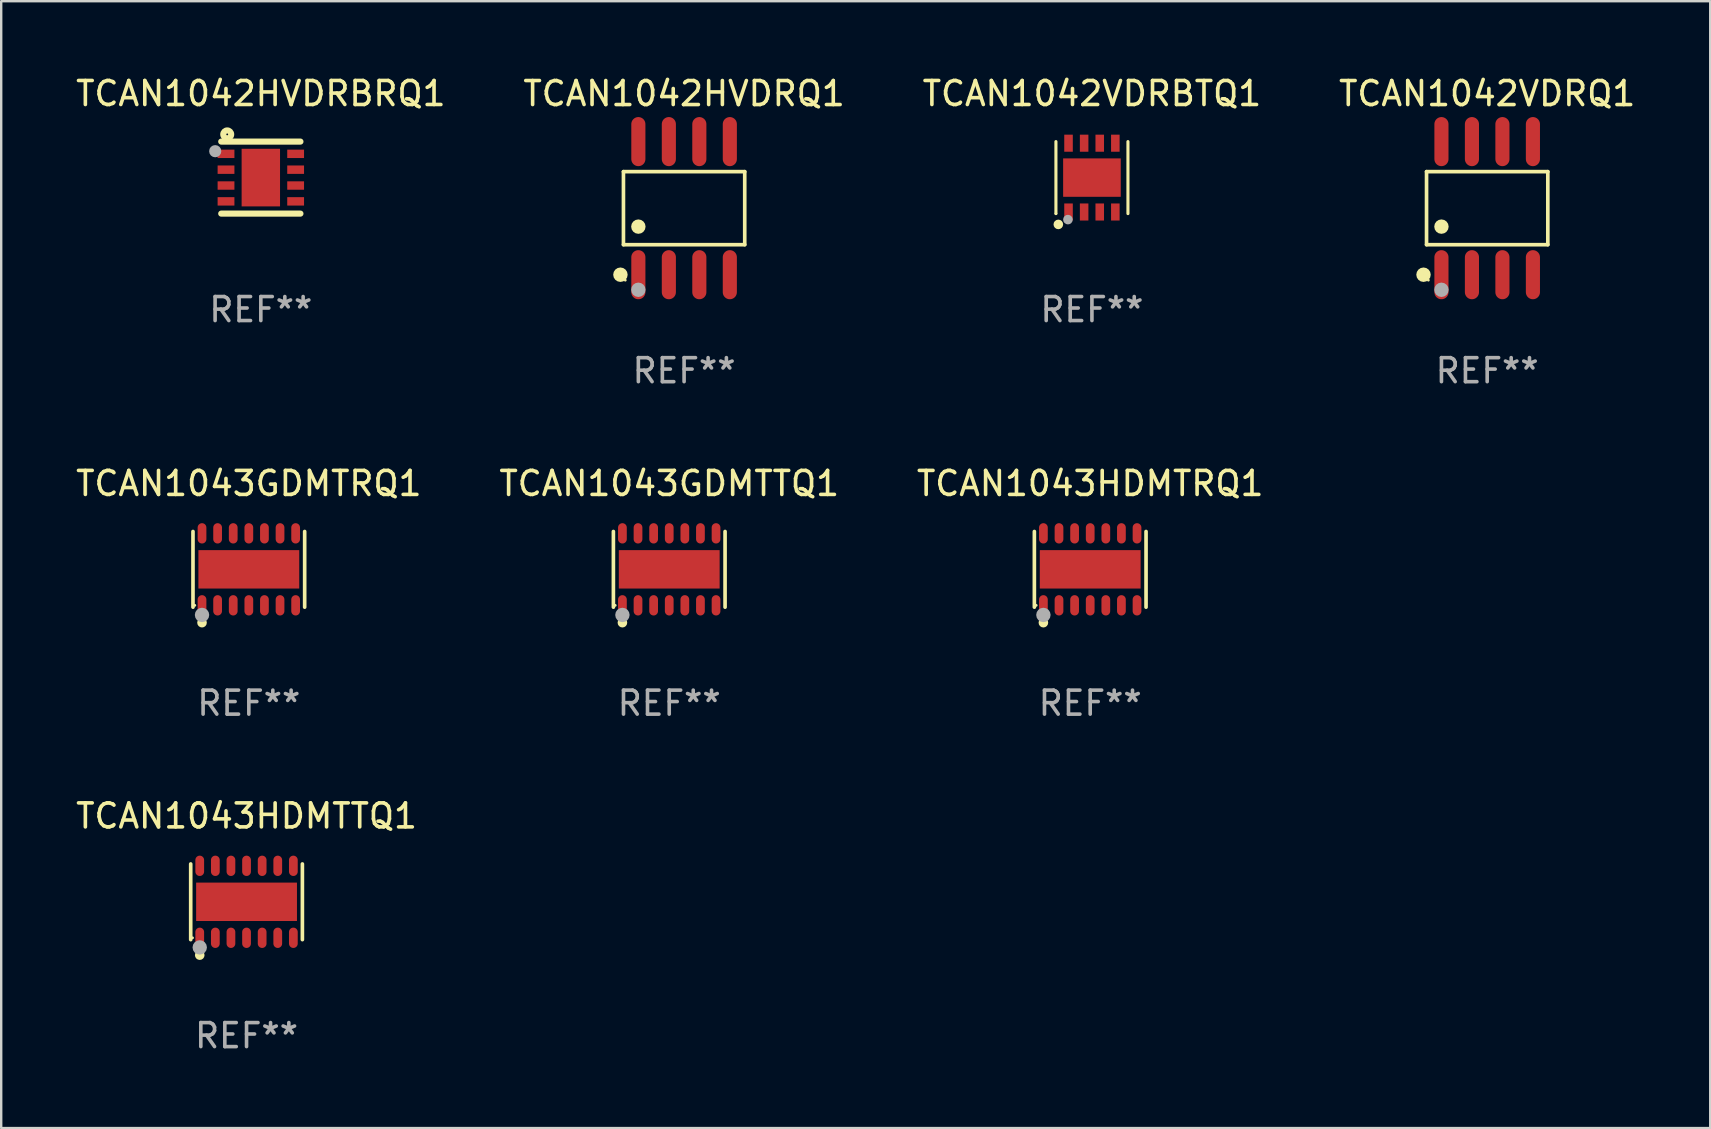
<source format=kicad_pcb>
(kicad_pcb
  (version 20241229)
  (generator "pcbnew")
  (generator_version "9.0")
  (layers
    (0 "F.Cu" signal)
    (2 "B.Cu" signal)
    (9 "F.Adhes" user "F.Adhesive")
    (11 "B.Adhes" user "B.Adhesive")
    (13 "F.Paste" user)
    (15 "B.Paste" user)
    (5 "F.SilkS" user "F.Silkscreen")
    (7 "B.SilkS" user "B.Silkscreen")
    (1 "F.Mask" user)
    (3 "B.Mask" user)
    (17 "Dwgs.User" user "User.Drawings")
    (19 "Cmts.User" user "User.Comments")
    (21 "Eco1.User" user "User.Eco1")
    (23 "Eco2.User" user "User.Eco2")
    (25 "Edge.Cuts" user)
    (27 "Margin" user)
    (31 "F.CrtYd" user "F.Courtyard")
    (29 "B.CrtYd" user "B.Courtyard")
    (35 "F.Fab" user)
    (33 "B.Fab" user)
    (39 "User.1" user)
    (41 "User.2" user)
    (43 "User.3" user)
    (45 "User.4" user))
  (footprint "TCAN1042VDRBTQ1"
    (layer "F.Cu")
    (at 42.435 4.348)
    (property "Reference" "TCAN1042VDRBTQ1" (at 0 -3.5 0) (layer "F.SilkS") (effects (font (size 1 1) (thickness 0.15))))
    (attr through_hole)
    (fp_line (start -1.5 1.5) (end -1.5 -1.5) (stroke (width 0.129) (type solid)) (layer "F.SilkS"))
    (fp_line (start 1.5 -1.5) (end 1.5 1.5) (stroke (width 0.129) (type solid)) (layer "F.SilkS"))
    (fp_circle (center -1.5 1.5) (end -1.47 1.5) (stroke (width 0.06) (type solid)) (fill no) (layer "F.SilkS"))
    (fp_circle (center -1.4 1.95) (end -1.3 1.95) (stroke (width 0.2) (type solid)) (fill no) (layer "F.SilkS"))
    (fp_circle (center -1 1.75) (end -0.9 1.75) (stroke (width 0.2) (type solid)) (fill no) (layer "F.Fab"))
    (fp_text user "REF**" (at 0 5.5 0) (layer "F.Fab") (effects (font (size 1 1) (thickness 0.15))))
    (pad "1" smd rect (at -0.975 1.433) (size 0.356 0.711) (layers "F.Cu" "F.Mask" "F.Paste"))
    (pad "2" smd rect (at -0.325 1.433) (size 0.356 0.711) (layers "F.Cu" "F.Mask" "F.Paste"))
    (pad "3" smd rect (at 0.325 1.433) (size 0.356 0.711) (layers "F.Cu" "F.Mask" "F.Paste"))
    (pad "4" smd rect (at 0.975 1.433) (size 0.356 0.711) (layers "F.Cu" "F.Mask" "F.Paste"))
    (pad "5" smd rect (at 0.975 -1.433) (size 0.356 0.711) (layers "F.Cu" "F.Mask" "F.Paste"))
    (pad "6" smd rect (at 0.325 -1.433) (size 0.356 0.711) (layers "F.Cu" "F.Mask" "F.Paste"))
    (pad "7" smd rect (at -0.325 -1.433) (size 0.356 0.711) (layers "F.Cu" "F.Mask" "F.Paste"))
    (pad "8" smd rect (at -0.975 -1.433) (size 0.356 0.711) (layers "F.Cu" "F.Mask" "F.Paste"))
    (pad "9" smd rect (at 0 0) (size 2.4 1.6) (layers "F.Cu" "F.Mask" "F.Paste")))
  (footprint "TCAN1042HVDRQ1"
    (layer "F.Cu")
    (at 25.446 5.621)
    (property "Reference" "TCAN1042HVDRQ1" (at 0 -4.772 0) (layer "F.SilkS") (effects (font (size 1 1) (thickness 0.15))))
    (attr through_hole)
    (fp_line (start -2.526 -1.521) (end 2.526 -1.521) (stroke (width 0.152) (type solid)) (layer "F.SilkS"))
    (fp_line (start -2.526 1.521) (end -2.526 -1.521) (stroke (width 0.152) (type solid)) (layer "F.SilkS"))
    (fp_line (start 2.526 -1.521) (end 2.526 1.521) (stroke (width 0.152) (type solid)) (layer "F.SilkS"))
    (fp_line (start 2.526 1.521) (end -2.526 1.521) (stroke (width 0.152) (type solid)) (layer "F.SilkS"))
    (fp_circle (center -2.652 2.772) (end -2.501 2.772) (stroke (width 0.3) (type solid)) (fill no) (layer "F.SilkS"))
    (fp_circle (center -2.45 3) (end -2.42 3) (stroke (width 0.06) (type solid)) (fill no) (layer "F.SilkS"))
    (fp_circle (center -1.905 0.769) (end -1.755 0.769) (stroke (width 0.3) (type solid)) (fill no) (layer "F.SilkS"))
    (fp_circle (center -1.905 3.4) (end -1.755 3.4) (stroke (width 0.3) (type solid)) (fill no) (layer "F.Fab"))
    (fp_text user "REF**" (at 0 6.772 0) (layer "F.Fab") (effects (font (size 1 1) (thickness 0.15))))
    (pad "1" smd oval (at -1.905 2.772) (size 0.588 2.045) (layers "F.Cu" "F.Mask" "F.Paste"))
    (pad "2" smd oval (at -0.635 2.772) (size 0.588 2.045) (layers "F.Cu" "F.Mask" "F.Paste"))
    (pad "3" smd oval (at 0.635 2.772) (size 0.588 2.045) (layers "F.Cu" "F.Mask" "F.Paste"))
    (pad "4" smd oval (at 1.905 2.772) (size 0.588 2.045) (layers "F.Cu" "F.Mask" "F.Paste"))
    (pad "5" smd oval (at 1.905 -2.772) (size 0.588 2.045) (layers "F.Cu" "F.Mask" "F.Paste"))
    (pad "6" smd oval (at 0.635 -2.772) (size 0.588 2.045) (layers "F.Cu" "F.Mask" "F.Paste"))
    (pad "7" smd oval (at -0.635 -2.772) (size 0.588 2.045) (layers "F.Cu" "F.Mask" "F.Paste"))
    (pad "8" smd oval (at -1.905 -2.772) (size 0.588 2.045) (layers "F.Cu" "F.Mask" "F.Paste")))
  (footprint "TCAN1043HDMTRQ1"
    (layer "F.Cu")
    (at 42.363 20.666)
    (property "Reference" "TCAN1043HDMTRQ1" (at 0 -3.576 0) (layer "F.SilkS") (effects (font (size 1 1) (thickness 0.15))))
    (attr through_hole)
    (fp_line (start -2.326 1.576) (end -2.326 -1.576) (stroke (width 0.152) (type solid)) (layer "F.SilkS"))
    (fp_line (start 2.326 -1.576) (end 2.326 1.576) (stroke (width 0.152) (type solid)) (layer "F.SilkS"))
    (fp_circle (center -2.25 1.5) (end -2.22 1.5) (stroke (width 0.06) (type solid)) (fill no) (layer "F.SilkS"))
    (fp_circle (center -1.95 2.222) (end -1.85 2.222) (stroke (width 0.2) (type solid)) (fill no) (layer "F.SilkS"))
    (fp_circle (center -1.95 1.9) (end -1.8 1.9) (stroke (width 0.3) (type solid)) (fill no) (layer "F.Fab"))
    (fp_text user "REF**" (at 0 5.576 0) (layer "F.Fab") (effects (font (size 1 1) (thickness 0.15))))
    (pad "1" smd oval (at -1.95 1.499) (size 0.364 0.847) (layers "F.Cu" "F.Mask" "F.Paste"))
    (pad "2" smd oval (at -1.3 1.499) (size 0.364 0.847) (layers "F.Cu" "F.Mask" "F.Paste"))
    (pad "3" smd oval (at -0.65 1.499) (size 0.364 0.847) (layers "F.Cu" "F.Mask" "F.Paste"))
    (pad "4" smd oval (at 0 1.499) (size 0.364 0.847) (layers "F.Cu" "F.Mask" "F.Paste"))
    (pad "5" smd oval (at 0.65 1.499) (size 0.364 0.847) (layers "F.Cu" "F.Mask" "F.Paste"))
    (pad "6" smd oval (at 1.3 1.499) (size 0.364 0.847) (layers "F.Cu" "F.Mask" "F.Paste"))
    (pad "7" smd oval (at 1.95 1.499) (size 0.364 0.847) (layers "F.Cu" "F.Mask" "F.Paste"))
    (pad "8" smd oval (at 1.95 -1.499) (size 0.364 0.847) (layers "F.Cu" "F.Mask" "F.Paste"))
    (pad "9" smd oval (at 1.3 -1.499) (size 0.364 0.847) (layers "F.Cu" "F.Mask" "F.Paste"))
    (pad "10" smd oval (at 0.65 -1.499) (size 0.364 0.847) (layers "F.Cu" "F.Mask" "F.Paste"))
    (pad "11" smd oval (at 0 -1.499) (size 0.364 0.847) (layers "F.Cu" "F.Mask" "F.Paste"))
    (pad "12" smd oval (at -0.65 -1.499) (size 0.364 0.847) (layers "F.Cu" "F.Mask" "F.Paste"))
    (pad "13" smd oval (at -1.3 -1.499) (size 0.364 0.847) (layers "F.Cu" "F.Mask" "F.Paste"))
    (pad "14" smd oval (at -1.95 -1.499) (size 0.364 0.847) (layers "F.Cu" "F.Mask" "F.Paste"))
    (pad "15" smd rect (at 0 0) (size 4.2 1.6) (layers "F.Cu" "F.Mask" "F.Paste")))
  (footprint "TCAN1042VDRQ1"
    (layer "F.Cu")
    (at 58.899 5.621)
    (property "Reference" "TCAN1042VDRQ1" (at 0 -4.772 0) (layer "F.SilkS") (effects (font (size 1 1) (thickness 0.15))))
    (attr through_hole)
    (fp_line (start -2.526 -1.521) (end 2.526 -1.521) (stroke (width 0.152) (type solid)) (layer "F.SilkS"))
    (fp_line (start -2.526 1.521) (end -2.526 -1.521) (stroke (width 0.152) (type solid)) (layer "F.SilkS"))
    (fp_line (start 2.526 -1.521) (end 2.526 1.521) (stroke (width 0.152) (type solid)) (layer "F.SilkS"))
    (fp_line (start 2.526 1.521) (end -2.526 1.521) (stroke (width 0.152) (type solid)) (layer "F.SilkS"))
    (fp_circle (center -2.652 2.772) (end -2.501 2.772) (stroke (width 0.3) (type solid)) (fill no) (layer "F.SilkS"))
    (fp_circle (center -2.45 3) (end -2.42 3) (stroke (width 0.06) (type solid)) (fill no) (layer "F.SilkS"))
    (fp_circle (center -1.905 0.769) (end -1.755 0.769) (stroke (width 0.3) (type solid)) (fill no) (layer "F.SilkS"))
    (fp_circle (center -1.905 3.4) (end -1.755 3.4) (stroke (width 0.3) (type solid)) (fill no) (layer "F.Fab"))
    (fp_text user "REF**" (at 0 6.772 0) (layer "F.Fab") (effects (font (size 1 1) (thickness 0.15))))
    (pad "1" smd oval (at -1.905 2.772) (size 0.588 2.045) (layers "F.Cu" "F.Mask" "F.Paste"))
    (pad "2" smd oval (at -0.635 2.772) (size 0.588 2.045) (layers "F.Cu" "F.Mask" "F.Paste"))
    (pad "3" smd oval (at 0.635 2.772) (size 0.588 2.045) (layers "F.Cu" "F.Mask" "F.Paste"))
    (pad "4" smd oval (at 1.905 2.772) (size 0.588 2.045) (layers "F.Cu" "F.Mask" "F.Paste"))
    (pad "5" smd oval (at 1.905 -2.772) (size 0.588 2.045) (layers "F.Cu" "F.Mask" "F.Paste"))
    (pad "6" smd oval (at 0.635 -2.772) (size 0.588 2.045) (layers "F.Cu" "F.Mask" "F.Paste"))
    (pad "7" smd oval (at -0.635 -2.772) (size 0.588 2.045) (layers "F.Cu" "F.Mask" "F.Paste"))
    (pad "8" smd oval (at -1.905 -2.772) (size 0.588 2.045) (layers "F.Cu" "F.Mask" "F.Paste")))
  (footprint "TCAN1042HVDRBRQ1"
    (layer "F.Cu")
    (at 7.815 4.348)
    (property "Reference" "TCAN1042HVDRBRQ1" (at 0 -3.5 0) (layer "F.SilkS") (effects (font (size 1 1) (thickness 0.15))))
    (attr through_hole)
    (fp_line (start -1.65 -1.5) (end 1.65 -1.5) (stroke (width 0.254) (type solid)) (layer "F.SilkS"))
    (fp_line (start -1.65 1.5) (end 1.65 1.5) (stroke (width 0.254) (type solid)) (layer "F.SilkS"))
    (fp_circle (center -1.5 -1.5) (end -1.47 -1.5) (stroke (width 0.06) (type solid)) (fill no) (layer "F.SilkS"))
    (fp_circle (center -1.4 -1.8) (end -1.235 -1.8) (stroke (width 0.254) (type solid)) (fill no) (layer "F.SilkS"))
    (fp_circle (center -1.9 -1.1) (end -1.773 -1.1) (stroke (width 0.254) (type solid)) (fill no) (layer "F.Fab"))
    (fp_text user "REF**" (at 0 5.5 0) (layer "F.Fab") (effects (font (size 1 1) (thickness 0.15))))
    (pad "1" smd rect (at -1.45 -0.99 180) (size 0.7 0.35) (layers "F.Cu" "F.Mask" "F.Paste"))
    (pad "2" smd rect (at -1.45 -0.33 180) (size 0.7 0.35) (layers "F.Cu" "F.Mask" "F.Paste"))
    (pad "3" smd rect (at -1.45 0.33 180) (size 0.7 0.35) (layers "F.Cu" "F.Mask" "F.Paste"))
    (pad "4" smd rect (at -1.45 0.99 180) (size 0.7 0.35) (layers "F.Cu" "F.Mask" "F.Paste"))
    (pad "5" smd rect (at 1.45 0.99 180) (size 0.7 0.35) (layers "F.Cu" "F.Mask" "F.Paste"))
    (pad "6" smd rect (at 1.45 0.33 180) (size 0.7 0.35) (layers "F.Cu" "F.Mask" "F.Paste"))
    (pad "7" smd rect (at 1.45 -0.33 180) (size 0.7 0.35) (layers "F.Cu" "F.Mask" "F.Paste"))
    (pad "8" smd rect (at 1.45 -0.99 180) (size 0.7 0.35) (layers "F.Cu" "F.Mask" "F.Paste"))
    (pad "9" smd rect (at 0 -0.000394 90) (size 2.4 1.6) (layers "F.Cu" "F.Mask" "F.Paste")))
  (footprint "TCAN1043HDMTTQ1"
    (layer "F.Cu")
    (at 7.22 34.515)
    (property "Reference" "TCAN1043HDMTTQ1" (at 0 -3.576 0) (layer "F.SilkS") (effects (font (size 1 1) (thickness 0.15))))
    (attr through_hole)
    (fp_line (start -2.326 1.576) (end -2.326 -1.576) (stroke (width 0.152) (type solid)) (layer "F.SilkS"))
    (fp_line (start 2.326 -1.576) (end 2.326 1.576) (stroke (width 0.152) (type solid)) (layer "F.SilkS"))
    (fp_circle (center -2.25 1.5) (end -2.22 1.5) (stroke (width 0.06) (type solid)) (fill no) (layer "F.SilkS"))
    (fp_circle (center -1.95 2.222) (end -1.85 2.222) (stroke (width 0.2) (type solid)) (fill no) (layer "F.SilkS"))
    (fp_circle (center -1.95 1.9) (end -1.8 1.9) (stroke (width 0.3) (type solid)) (fill no) (layer "F.Fab"))
    (fp_text user "REF**" (at 0 5.576 0) (layer "F.Fab") (effects (font (size 1 1) (thickness 0.15))))
    (pad "1" smd oval (at -1.95 1.499) (size 0.364 0.847) (layers "F.Cu" "F.Mask" "F.Paste"))
    (pad "2" smd oval (at -1.3 1.499) (size 0.364 0.847) (layers "F.Cu" "F.Mask" "F.Paste"))
    (pad "3" smd oval (at -0.65 1.499) (size 0.364 0.847) (layers "F.Cu" "F.Mask" "F.Paste"))
    (pad "4" smd oval (at 0 1.499) (size 0.364 0.847) (layers "F.Cu" "F.Mask" "F.Paste"))
    (pad "5" smd oval (at 0.65 1.499) (size 0.364 0.847) (layers "F.Cu" "F.Mask" "F.Paste"))
    (pad "6" smd oval (at 1.3 1.499) (size 0.364 0.847) (layers "F.Cu" "F.Mask" "F.Paste"))
    (pad "7" smd oval (at 1.95 1.499) (size 0.364 0.847) (layers "F.Cu" "F.Mask" "F.Paste"))
    (pad "8" smd oval (at 1.95 -1.499) (size 0.364 0.847) (layers "F.Cu" "F.Mask" "F.Paste"))
    (pad "9" smd oval (at 1.3 -1.499) (size 0.364 0.847) (layers "F.Cu" "F.Mask" "F.Paste"))
    (pad "10" smd oval (at 0.65 -1.499) (size 0.364 0.847) (layers "F.Cu" "F.Mask" "F.Paste"))
    (pad "11" smd oval (at 0 -1.499) (size 0.364 0.847) (layers "F.Cu" "F.Mask" "F.Paste"))
    (pad "12" smd oval (at -0.65 -1.499) (size 0.364 0.847) (layers "F.Cu" "F.Mask" "F.Paste"))
    (pad "13" smd oval (at -1.3 -1.499) (size 0.364 0.847) (layers "F.Cu" "F.Mask" "F.Paste"))
    (pad "14" smd oval (at -1.95 -1.499) (size 0.364 0.847) (layers "F.Cu" "F.Mask" "F.Paste"))
    (pad "15" smd rect (at 0 0) (size 4.2 1.6) (layers "F.Cu" "F.Mask" "F.Paste")))
  (footprint "TCAN1043GDMTTQ1"
    (layer "F.Cu")
    (at 24.827 20.666)
    (property "Reference" "TCAN1043GDMTTQ1" (at 0 -3.576 0) (layer "F.SilkS") (effects (font (size 1 1) (thickness 0.15))))
    (attr through_hole)
    (fp_line (start -2.326 1.576) (end -2.326 -1.576) (stroke (width 0.152) (type solid)) (layer "F.SilkS"))
    (fp_line (start 2.326 -1.576) (end 2.326 1.576) (stroke (width 0.152) (type solid)) (layer "F.SilkS"))
    (fp_circle (center -2.25 1.5) (end -2.22 1.5) (stroke (width 0.06) (type solid)) (fill no) (layer "F.SilkS"))
    (fp_circle (center -1.95 2.222) (end -1.85 2.222) (stroke (width 0.2) (type solid)) (fill no) (layer "F.SilkS"))
    (fp_circle (center -1.95 1.9) (end -1.8 1.9) (stroke (width 0.3) (type solid)) (fill no) (layer "F.Fab"))
    (fp_text user "REF**" (at 0 5.576 0) (layer "F.Fab") (effects (font (size 1 1) (thickness 0.15))))
    (pad "1" smd oval (at -1.95 1.499) (size 0.364 0.847) (layers "F.Cu" "F.Mask" "F.Paste"))
    (pad "2" smd oval (at -1.3 1.499) (size 0.364 0.847) (layers "F.Cu" "F.Mask" "F.Paste"))
    (pad "3" smd oval (at -0.65 1.499) (size 0.364 0.847) (layers "F.Cu" "F.Mask" "F.Paste"))
    (pad "4" smd oval (at 0 1.499) (size 0.364 0.847) (layers "F.Cu" "F.Mask" "F.Paste"))
    (pad "5" smd oval (at 0.65 1.499) (size 0.364 0.847) (layers "F.Cu" "F.Mask" "F.Paste"))
    (pad "6" smd oval (at 1.3 1.499) (size 0.364 0.847) (layers "F.Cu" "F.Mask" "F.Paste"))
    (pad "7" smd oval (at 1.95 1.499) (size 0.364 0.847) (layers "F.Cu" "F.Mask" "F.Paste"))
    (pad "8" smd oval (at 1.95 -1.499) (size 0.364 0.847) (layers "F.Cu" "F.Mask" "F.Paste"))
    (pad "9" smd oval (at 1.3 -1.499) (size 0.364 0.847) (layers "F.Cu" "F.Mask" "F.Paste"))
    (pad "10" smd oval (at 0.65 -1.499) (size 0.364 0.847) (layers "F.Cu" "F.Mask" "F.Paste"))
    (pad "11" smd oval (at 0 -1.499) (size 0.364 0.847) (layers "F.Cu" "F.Mask" "F.Paste"))
    (pad "12" smd oval (at -0.65 -1.499) (size 0.364 0.847) (layers "F.Cu" "F.Mask" "F.Paste"))
    (pad "13" smd oval (at -1.3 -1.499) (size 0.364 0.847) (layers "F.Cu" "F.Mask" "F.Paste"))
    (pad "14" smd oval (at -1.95 -1.499) (size 0.364 0.847) (layers "F.Cu" "F.Mask" "F.Paste"))
    (pad "15" smd rect (at 0 0) (size 4.2 1.6) (layers "F.Cu" "F.Mask" "F.Paste")))
  (footprint "TCAN1043GDMTRQ1"
    (layer "F.Cu")
    (at 7.315 20.666)
    (property "Reference" "TCAN1043GDMTRQ1" (at 0 -3.576 0) (layer "F.SilkS") (effects (font (size 1 1) (thickness 0.15))))
    (attr through_hole)
    (fp_line (start -2.326 1.576) (end -2.326 -1.576) (stroke (width 0.152) (type solid)) (layer "F.SilkS"))
    (fp_line (start 2.326 -1.576) (end 2.326 1.576) (stroke (width 0.152) (type solid)) (layer "F.SilkS"))
    (fp_circle (center -2.25 1.5) (end -2.22 1.5) (stroke (width 0.06) (type solid)) (fill no) (layer "F.SilkS"))
    (fp_circle (center -1.95 2.222) (end -1.85 2.222) (stroke (width 0.2) (type solid)) (fill no) (layer "F.SilkS"))
    (fp_circle (center -1.95 1.9) (end -1.8 1.9) (stroke (width 0.3) (type solid)) (fill no) (layer "F.Fab"))
    (fp_text user "REF**" (at 0 5.576 0) (layer "F.Fab") (effects (font (size 1 1) (thickness 0.15))))
    (pad "1" smd oval (at -1.95 1.499) (size 0.364 0.847) (layers "F.Cu" "F.Mask" "F.Paste"))
    (pad "2" smd oval (at -1.3 1.499) (size 0.364 0.847) (layers "F.Cu" "F.Mask" "F.Paste"))
    (pad "3" smd oval (at -0.65 1.499) (size 0.364 0.847) (layers "F.Cu" "F.Mask" "F.Paste"))
    (pad "4" smd oval (at 0 1.499) (size 0.364 0.847) (layers "F.Cu" "F.Mask" "F.Paste"))
    (pad "5" smd oval (at 0.65 1.499) (size 0.364 0.847) (layers "F.Cu" "F.Mask" "F.Paste"))
    (pad "6" smd oval (at 1.3 1.499) (size 0.364 0.847) (layers "F.Cu" "F.Mask" "F.Paste"))
    (pad "7" smd oval (at 1.95 1.499) (size 0.364 0.847) (layers "F.Cu" "F.Mask" "F.Paste"))
    (pad "8" smd oval (at 1.95 -1.499) (size 0.364 0.847) (layers "F.Cu" "F.Mask" "F.Paste"))
    (pad "9" smd oval (at 1.3 -1.499) (size 0.364 0.847) (layers "F.Cu" "F.Mask" "F.Paste"))
    (pad "10" smd oval (at 0.65 -1.499) (size 0.364 0.847) (layers "F.Cu" "F.Mask" "F.Paste"))
    (pad "11" smd oval (at 0 -1.499) (size 0.364 0.847) (layers "F.Cu" "F.Mask" "F.Paste"))
    (pad "12" smd oval (at -0.65 -1.499) (size 0.364 0.847) (layers "F.Cu" "F.Mask" "F.Paste"))
    (pad "13" smd oval (at -1.3 -1.499) (size 0.364 0.847) (layers "F.Cu" "F.Mask" "F.Paste"))
    (pad "14" smd oval (at -1.95 -1.499) (size 0.364 0.847) (layers "F.Cu" "F.Mask" "F.Paste"))
    (pad "15" smd rect (at 0 0) (size 4.2 1.6) (layers "F.Cu" "F.Mask" "F.Paste")))
  (gr_rect
    (start -3 -3)
    (end 68.19 43.939)
    (stroke (width 0.1) (type default))
    (fill no)
    (layer "Edge.Cuts")))
</source>
